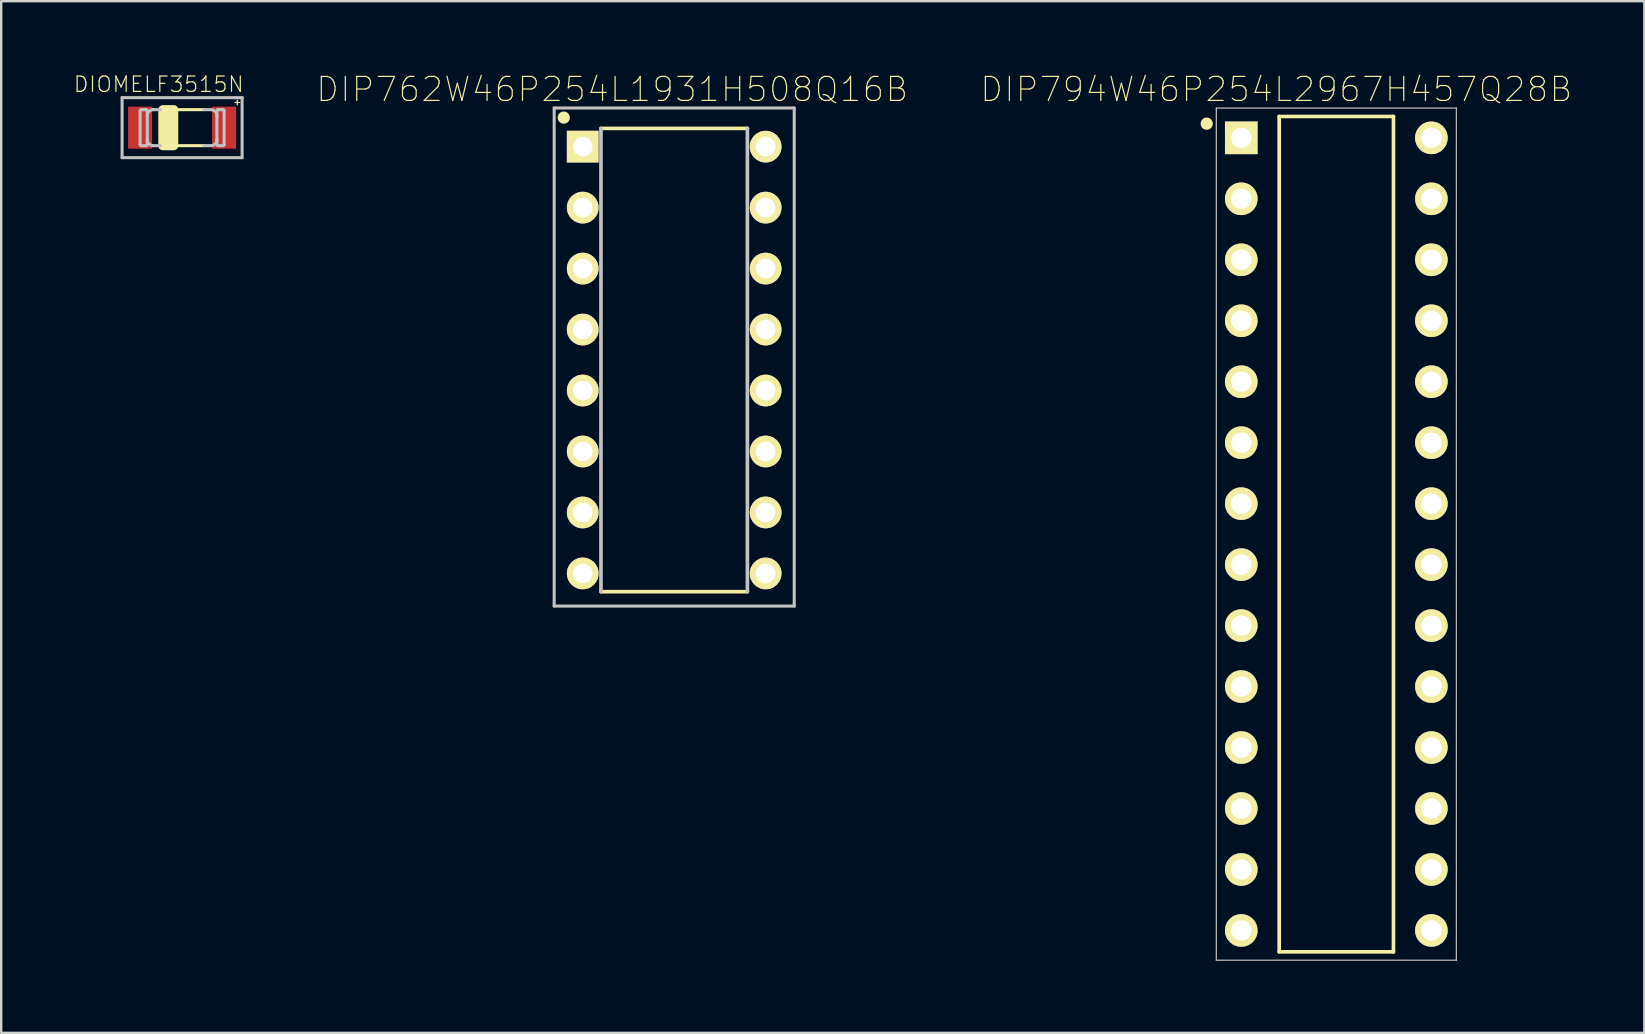
<source format=kicad_pcb>
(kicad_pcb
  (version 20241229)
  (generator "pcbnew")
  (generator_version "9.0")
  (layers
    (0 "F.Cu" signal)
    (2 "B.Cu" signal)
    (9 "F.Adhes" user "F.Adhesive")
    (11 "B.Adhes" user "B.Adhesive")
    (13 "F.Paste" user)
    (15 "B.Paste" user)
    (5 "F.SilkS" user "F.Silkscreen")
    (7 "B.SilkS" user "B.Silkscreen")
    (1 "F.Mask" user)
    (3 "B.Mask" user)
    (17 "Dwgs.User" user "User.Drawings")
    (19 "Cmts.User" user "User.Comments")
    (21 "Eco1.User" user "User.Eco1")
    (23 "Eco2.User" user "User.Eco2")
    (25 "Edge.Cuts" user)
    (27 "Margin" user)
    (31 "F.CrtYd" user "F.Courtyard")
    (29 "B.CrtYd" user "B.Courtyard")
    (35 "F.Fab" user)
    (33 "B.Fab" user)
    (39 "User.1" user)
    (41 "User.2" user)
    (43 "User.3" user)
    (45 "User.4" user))
  (footprint "DIP794W46P254L2967H457Q28B"
    (layer "F.Cu")
    (at 52.62 19.202)
    (property "Reference" "DIP794W46P254L2967H457Q28B" (at -2.501 -18.529 0) (layer "F.SilkS") (effects (font (size 1 1) (thickness 0.05))))
    (attr through_hole)
    (fp_line (start -2.38 -17.4) (end -2.38 17.4) (stroke (width 0.152) (type solid)) (layer "F.SilkS"))
    (fp_line (start 2.38 -17.4) (end -2.38 -17.4) (stroke (width 0.152) (type solid)) (layer "F.SilkS"))
    (fp_line (start 2.38 17.4) (end -2.38 17.4) (stroke (width 0.152) (type solid)) (layer "F.SilkS"))
    (fp_line (start 2.38 17.4) (end 2.38 -17.4) (stroke (width 0.152) (type solid)) (layer "F.SilkS"))
    (fp_circle (center -5.4 -17.1) (end -5.146 -17.1) (stroke (width 0) (type solid)) (fill yes) (layer "F.SilkS"))
    (fp_line (start -5 -17.75) (end 5 -17.75) (stroke (width 0.05) (type solid)) (layer "Dwgs.User"))
    (fp_line (start -5 17.75) (end -5 -17.75) (stroke (width 0.05) (type solid)) (layer "Dwgs.User"))
    (fp_line (start 5 -17.75) (end 5 17.75) (stroke (width 0.05) (type solid)) (layer "Dwgs.User"))
    (fp_line (start 5 17.75) (end -5 17.75) (stroke (width 0.05) (type solid)) (layer "Dwgs.User"))
    (pad "1" thru_hole rect (at -3.96 -16.51) (size 1.358 1.358) (drill 0.85) (layers "*.Cu" "*.Mask" "F.SilkS"))
    (pad "2" thru_hole circle (at -3.96 -13.97) (size 1.358 1.358) (drill 0.85) (layers "*.Cu" "*.Mask" "F.SilkS"))
    (pad "3" thru_hole circle (at -3.96 -11.43) (size 1.358 1.358) (drill 0.85) (layers "*.Cu" "*.Mask" "F.SilkS"))
    (pad "4" thru_hole circle (at -3.96 -8.89) (size 1.358 1.358) (drill 0.85) (layers "*.Cu" "*.Mask" "F.SilkS"))
    (pad "5" thru_hole circle (at -3.96 -6.35) (size 1.358 1.358) (drill 0.85) (layers "*.Cu" "*.Mask" "F.SilkS"))
    (pad "6" thru_hole circle (at -3.96 -3.81) (size 1.358 1.358) (drill 0.85) (layers "*.Cu" "*.Mask" "F.SilkS"))
    (pad "7" thru_hole circle (at -3.96 -1.27) (size 1.358 1.358) (drill 0.85) (layers "*.Cu" "*.Mask" "F.SilkS"))
    (pad "8" thru_hole circle (at -3.96 1.27) (size 1.358 1.358) (drill 0.85) (layers "*.Cu" "*.Mask" "F.SilkS"))
    (pad "9" thru_hole circle (at -3.96 3.81) (size 1.358 1.358) (drill 0.85) (layers "*.Cu" "*.Mask" "F.SilkS"))
    (pad "10" thru_hole circle (at -3.96 6.35) (size 1.358 1.358) (drill 0.85) (layers "*.Cu" "*.Mask" "F.SilkS"))
    (pad "11" thru_hole circle (at -3.96 8.89) (size 1.358 1.358) (drill 0.85) (layers "*.Cu" "*.Mask" "F.SilkS"))
    (pad "12" thru_hole circle (at -3.96 11.43) (size 1.358 1.358) (drill 0.85) (layers "*.Cu" "*.Mask" "F.SilkS"))
    (pad "13" thru_hole circle (at -3.96 13.97) (size 1.358 1.358) (drill 0.85) (layers "*.Cu" "*.Mask" "F.SilkS"))
    (pad "14" thru_hole circle (at -3.96 16.51) (size 1.358 1.358) (drill 0.85) (layers "*.Cu" "*.Mask" "F.SilkS"))
    (pad "15" thru_hole circle (at 3.96 16.51) (size 1.358 1.358) (drill 0.85) (layers "*.Cu" "*.Mask" "F.SilkS"))
    (pad "16" thru_hole circle (at 3.96 13.97) (size 1.358 1.358) (drill 0.85) (layers "*.Cu" "*.Mask" "F.SilkS"))
    (pad "17" thru_hole circle (at 3.96 11.43) (size 1.358 1.358) (drill 0.85) (layers "*.Cu" "*.Mask" "F.SilkS"))
    (pad "18" thru_hole circle (at 3.96 8.89) (size 1.358 1.358) (drill 0.85) (layers "*.Cu" "*.Mask" "F.SilkS"))
    (pad "19" thru_hole circle (at 3.96 6.35) (size 1.358 1.358) (drill 0.85) (layers "*.Cu" "*.Mask" "F.SilkS"))
    (pad "20" thru_hole circle (at 3.96 3.81) (size 1.358 1.358) (drill 0.85) (layers "*.Cu" "*.Mask" "F.SilkS"))
    (pad "21" thru_hole circle (at 3.96 1.27) (size 1.358 1.358) (drill 0.85) (layers "*.Cu" "*.Mask" "F.SilkS"))
    (pad "22" thru_hole circle (at 3.96 -1.27) (size 1.358 1.358) (drill 0.85) (layers "*.Cu" "*.Mask" "F.SilkS"))
    (pad "23" thru_hole circle (at 3.96 -3.81) (size 1.358 1.358) (drill 0.85) (layers "*.Cu" "*.Mask" "F.SilkS"))
    (pad "24" thru_hole circle (at 3.96 -6.35) (size 1.358 1.358) (drill 0.85) (layers "*.Cu" "*.Mask" "F.SilkS"))
    (pad "25" thru_hole circle (at 3.96 -8.89) (size 1.358 1.358) (drill 0.85) (layers "*.Cu" "*.Mask" "F.SilkS"))
    (pad "26" thru_hole circle (at 3.96 -11.43) (size 1.358 1.358) (drill 0.85) (layers "*.Cu" "*.Mask" "F.SilkS"))
    (pad "27" thru_hole circle (at 3.96 -13.97) (size 1.358 1.358) (drill 0.85) (layers "*.Cu" "*.Mask" "F.SilkS"))
    (pad "28" thru_hole circle (at 3.96 -16.51) (size 1.358 1.358) (drill 0.85) (layers "*.Cu" "*.Mask" "F.SilkS")))
  (footprint "DIOMELF3515N"
    (layer "F.Cu")
    (at 4.536 2.269)
    (property "Reference" "DIOMELF3515N" (at -0.974 -1.806 0) (layer "F.SilkS") (effects (font (size 0.64 0.64) (thickness 0.05))))
    (attr smd)
    (fp_line (start -0.9 -0.75) (end 0.9 -0.75) (stroke (width 0.127) (type solid)) (layer "F.SilkS"))
    (fp_line (start -0.9 0.75) (end 0.9 0.75) (stroke (width 0.127) (type solid)) (layer "F.SilkS"))
    (fp_line (start 2.2 -1.05) (end 2.4 -1.05) (stroke (width 0.05) (type solid)) (layer "F.SilkS"))
    (fp_line (start 2.3 -1.15) (end 2.3 -0.95) (stroke (width 0.05) (type solid)) (layer "F.SilkS"))
    (fp_poly (pts (xy -0.8 -0.75) (xy -0.35 -0.75) (xy -0.35 0.75) (xy -0.8 0.75)) (stroke (width 0.381) (type solid)) (fill yes) (layer "F.SilkS"))
    (fp_line (start -2.5 -1.25) (end -2.5 1.25) (stroke (width 0.127) (type solid)) (layer "Dwgs.User"))
    (fp_line (start -2.5 1.25) (end 2.5 1.25) (stroke (width 0.127) (type solid)) (layer "Dwgs.User"))
    (fp_line (start -1.75 -0.7) (end -1.75 0.7) (stroke (width 0.127) (type solid)) (layer "Dwgs.User"))
    (fp_line (start -1.7 -0.75) (end -1.5 -0.75) (stroke (width 0.127) (type solid)) (layer "Dwgs.User"))
    (fp_line (start -1.7 0.75) (end -1.5 0.75) (stroke (width 0.127) (type solid)) (layer "Dwgs.User"))
    (fp_line (start -1.45 -0.7) (end -1.45 -0.5) (stroke (width 0.127) (type solid)) (layer "Dwgs.User"))
    (fp_line (start -1.45 0.5) (end -1.45 -0.5) (stroke (width 0.127) (type solid)) (layer "Dwgs.User"))
    (fp_line (start -1.45 0.7) (end -1.45 0.5) (stroke (width 0.127) (type solid)) (layer "Dwgs.User"))
    (fp_line (start -0.9 -0.75) (end -1.2 -0.75) (stroke (width 0.127) (type solid)) (layer "Dwgs.User"))
    (fp_line (start -0.9 0.75) (end -1.2 0.75) (stroke (width 0.127) (type solid)) (layer "Dwgs.User"))
    (fp_line (start 0.9 -0.75) (end 1.2 -0.75) (stroke (width 0.127) (type solid)) (layer "Dwgs.User"))
    (fp_line (start 0.9 0.75) (end 1.2 0.75) (stroke (width 0.127) (type solid)) (layer "Dwgs.User"))
    (fp_line (start 1.45 -0.7) (end 1.45 -0.5) (stroke (width 0.127) (type solid)) (layer "Dwgs.User"))
    (fp_line (start 1.45 0.5) (end 1.45 -0.5) (stroke (width 0.127) (type solid)) (layer "Dwgs.User"))
    (fp_line (start 1.45 0.7) (end 1.45 0.5) (stroke (width 0.127) (type solid)) (layer "Dwgs.User"))
    (fp_line (start 1.7 -0.75) (end 1.5 -0.75) (stroke (width 0.127) (type solid)) (layer "Dwgs.User"))
    (fp_line (start 1.7 0.75) (end 1.5 0.75) (stroke (width 0.127) (type solid)) (layer "Dwgs.User"))
    (fp_line (start 1.75 -0.7) (end 1.75 0.7) (stroke (width 0.127) (type solid)) (layer "Dwgs.User"))
    (fp_line (start 2.5 -1.25) (end -2.5 -1.25) (stroke (width 0.127) (type solid)) (layer "Dwgs.User"))
    (fp_line (start 2.5 1.25) (end 2.5 -1.25) (stroke (width 0.127) (type solid)) (layer "Dwgs.User"))
    (fp_arc (start -1.75 -0.7) (mid -1.735355 -0.735355) (end -1.7 -0.75) (stroke (width 0.127) (type solid)) (layer "Dwgs.User"))
    (fp_arc (start -1.7 0.75) (mid -1.735355 0.735355) (end -1.75 0.7) (stroke (width 0.127) (type solid)) (layer "Dwgs.User"))
    (fp_arc (start -1.5 -0.75) (mid -1.464645 -0.735355) (end -1.45 -0.7) (stroke (width 0.127) (type solid)) (layer "Dwgs.User"))
    (fp_arc (start -1.45 -0.5) (mid -1.376777 -0.676777) (end -1.2 -0.75) (stroke (width 0.127) (type solid)) (layer "Dwgs.User"))
    (fp_arc (start -1.45 0.7) (mid -1.464645 0.735355) (end -1.5 0.75) (stroke (width 0.127) (type solid)) (layer "Dwgs.User"))
    (fp_arc (start -1.2 0.75) (mid -1.376777 0.676777) (end -1.45 0.5) (stroke (width 0.127) (type solid)) (layer "Dwgs.User"))
    (fp_arc (start 1.2 -0.75) (mid 1.376777 -0.676777) (end 1.45 -0.5) (stroke (width 0.127) (type solid)) (layer "Dwgs.User"))
    (fp_arc (start 1.45 -0.7) (mid 1.464645 -0.735355) (end 1.5 -0.75) (stroke (width 0.127) (type solid)) (layer "Dwgs.User"))
    (fp_arc (start 1.45 0.5) (mid 1.376777 0.676777) (end 1.2 0.75) (stroke (width 0.127) (type solid)) (layer "Dwgs.User"))
    (fp_arc (start 1.5 0.75) (mid 1.464645 0.735355) (end 1.45 0.7) (stroke (width 0.127) (type solid)) (layer "Dwgs.User"))
    (fp_arc (start 1.7 -0.75) (mid 1.735355 -0.735355) (end 1.75 -0.7) (stroke (width 0.127) (type solid)) (layer "Dwgs.User"))
    (fp_arc (start 1.75 0.7) (mid 1.735355 0.735355) (end 1.7 0.75) (stroke (width 0.127) (type solid)) (layer "Dwgs.User"))
    (pad "A" smd rect (at 1.75 0 180) (size 1 1.75) (layers "F.Cu" "F.Mask" "F.Paste"))
    (pad "C" smd rect (at -1.75 0 180) (size 1 1.75) (layers "F.Cu" "F.Mask" "F.Paste")))
  (footprint "DIP762W46P254L1931H508Q16B"
    (layer "F.Cu")
    (at 25.036 11.949)
    (property "Reference" "DIP762W46P254L1931H508Q16B" (at -2.581 -11.276 0) (layer "F.SilkS") (effects (font (size 1 1) (thickness 0.05))))
    (attr through_hole)
    (fp_line (start 3.05 -9.65) (end -3.05 -9.65) (stroke (width 0.152) (type solid)) (layer "F.SilkS"))
    (fp_line (start 3.05 9.65) (end -3.05 9.65) (stroke (width 0.152) (type solid)) (layer "F.SilkS"))
    (fp_circle (center -4.6 -10.1) (end -4.346 -10.1) (stroke (width 0) (type solid)) (fill yes) (layer "F.SilkS"))
    (fp_line (start -5 -10.5) (end 5 -10.5) (stroke (width 0.127) (type solid)) (layer "Dwgs.User"))
    (fp_line (start -5 10.25) (end -5 -10.5) (stroke (width 0.127) (type solid)) (layer "Dwgs.User"))
    (fp_line (start -3.05 -9.65) (end -3.05 9.65) (stroke (width 0.152) (type solid)) (layer "Dwgs.User"))
    (fp_line (start 3.05 9.65) (end 3.05 -9.65) (stroke (width 0.152) (type solid)) (layer "Dwgs.User"))
    (fp_line (start 5 -10.5) (end 5 10.25) (stroke (width 0.127) (type solid)) (layer "Dwgs.User"))
    (fp_line (start 5 10.25) (end -5 10.25) (stroke (width 0.127) (type solid)) (layer "Dwgs.User"))
    (pad "1" thru_hole rect (at -3.81 -8.89) (size 1.321 1.321) (drill 0.813) (layers "*.Cu" "*.Mask" "F.SilkS"))
    (pad "2" thru_hole circle (at -3.81 -6.35) (size 1.321 1.321) (drill 0.813) (layers "*.Cu" "*.Mask" "F.SilkS"))
    (pad "3" thru_hole circle (at -3.81 -3.81) (size 1.321 1.321) (drill 0.813) (layers "*.Cu" "*.Mask" "F.SilkS"))
    (pad "4" thru_hole circle (at -3.81 -1.27) (size 1.321 1.321) (drill 0.813) (layers "*.Cu" "*.Mask" "F.SilkS"))
    (pad "5" thru_hole circle (at -3.81 1.27) (size 1.321 1.321) (drill 0.813) (layers "*.Cu" "*.Mask" "F.SilkS"))
    (pad "6" thru_hole circle (at -3.81 3.81) (size 1.321 1.321) (drill 0.813) (layers "*.Cu" "*.Mask" "F.SilkS"))
    (pad "7" thru_hole circle (at -3.81 6.35) (size 1.321 1.321) (drill 0.813) (layers "*.Cu" "*.Mask" "F.SilkS"))
    (pad "8" thru_hole circle (at -3.81 8.89) (size 1.321 1.321) (drill 0.813) (layers "*.Cu" "*.Mask" "F.SilkS"))
    (pad "9" thru_hole circle (at 3.81 8.89) (size 1.321 1.321) (drill 0.813) (layers "*.Cu" "*.Mask" "F.SilkS"))
    (pad "10" thru_hole circle (at 3.81 6.35) (size 1.321 1.321) (drill 0.813) (layers "*.Cu" "*.Mask" "F.SilkS"))
    (pad "11" thru_hole circle (at 3.81 3.81) (size 1.321 1.321) (drill 0.813) (layers "*.Cu" "*.Mask" "F.SilkS"))
    (pad "12" thru_hole circle (at 3.81 1.27) (size 1.321 1.321) (drill 0.813) (layers "*.Cu" "*.Mask" "F.SilkS"))
    (pad "13" thru_hole circle (at 3.81 -1.27) (size 1.321 1.321) (drill 0.813) (layers "*.Cu" "*.Mask" "F.SilkS"))
    (pad "14" thru_hole circle (at 3.81 -3.81) (size 1.321 1.321) (drill 0.813) (layers "*.Cu" "*.Mask" "F.SilkS"))
    (pad "15" thru_hole circle (at 3.81 -6.35) (size 1.321 1.321) (drill 0.813) (layers "*.Cu" "*.Mask" "F.SilkS"))
    (pad "16" thru_hole circle (at 3.81 -8.89) (size 1.321 1.321) (drill 0.813) (layers "*.Cu" "*.Mask" "F.SilkS")))
  (gr_rect
    (start -3 -3)
    (end 65.452 39.977)
    (stroke (width 0.1) (type default))
    (fill no)
    (layer "Edge.Cuts")))
</source>
